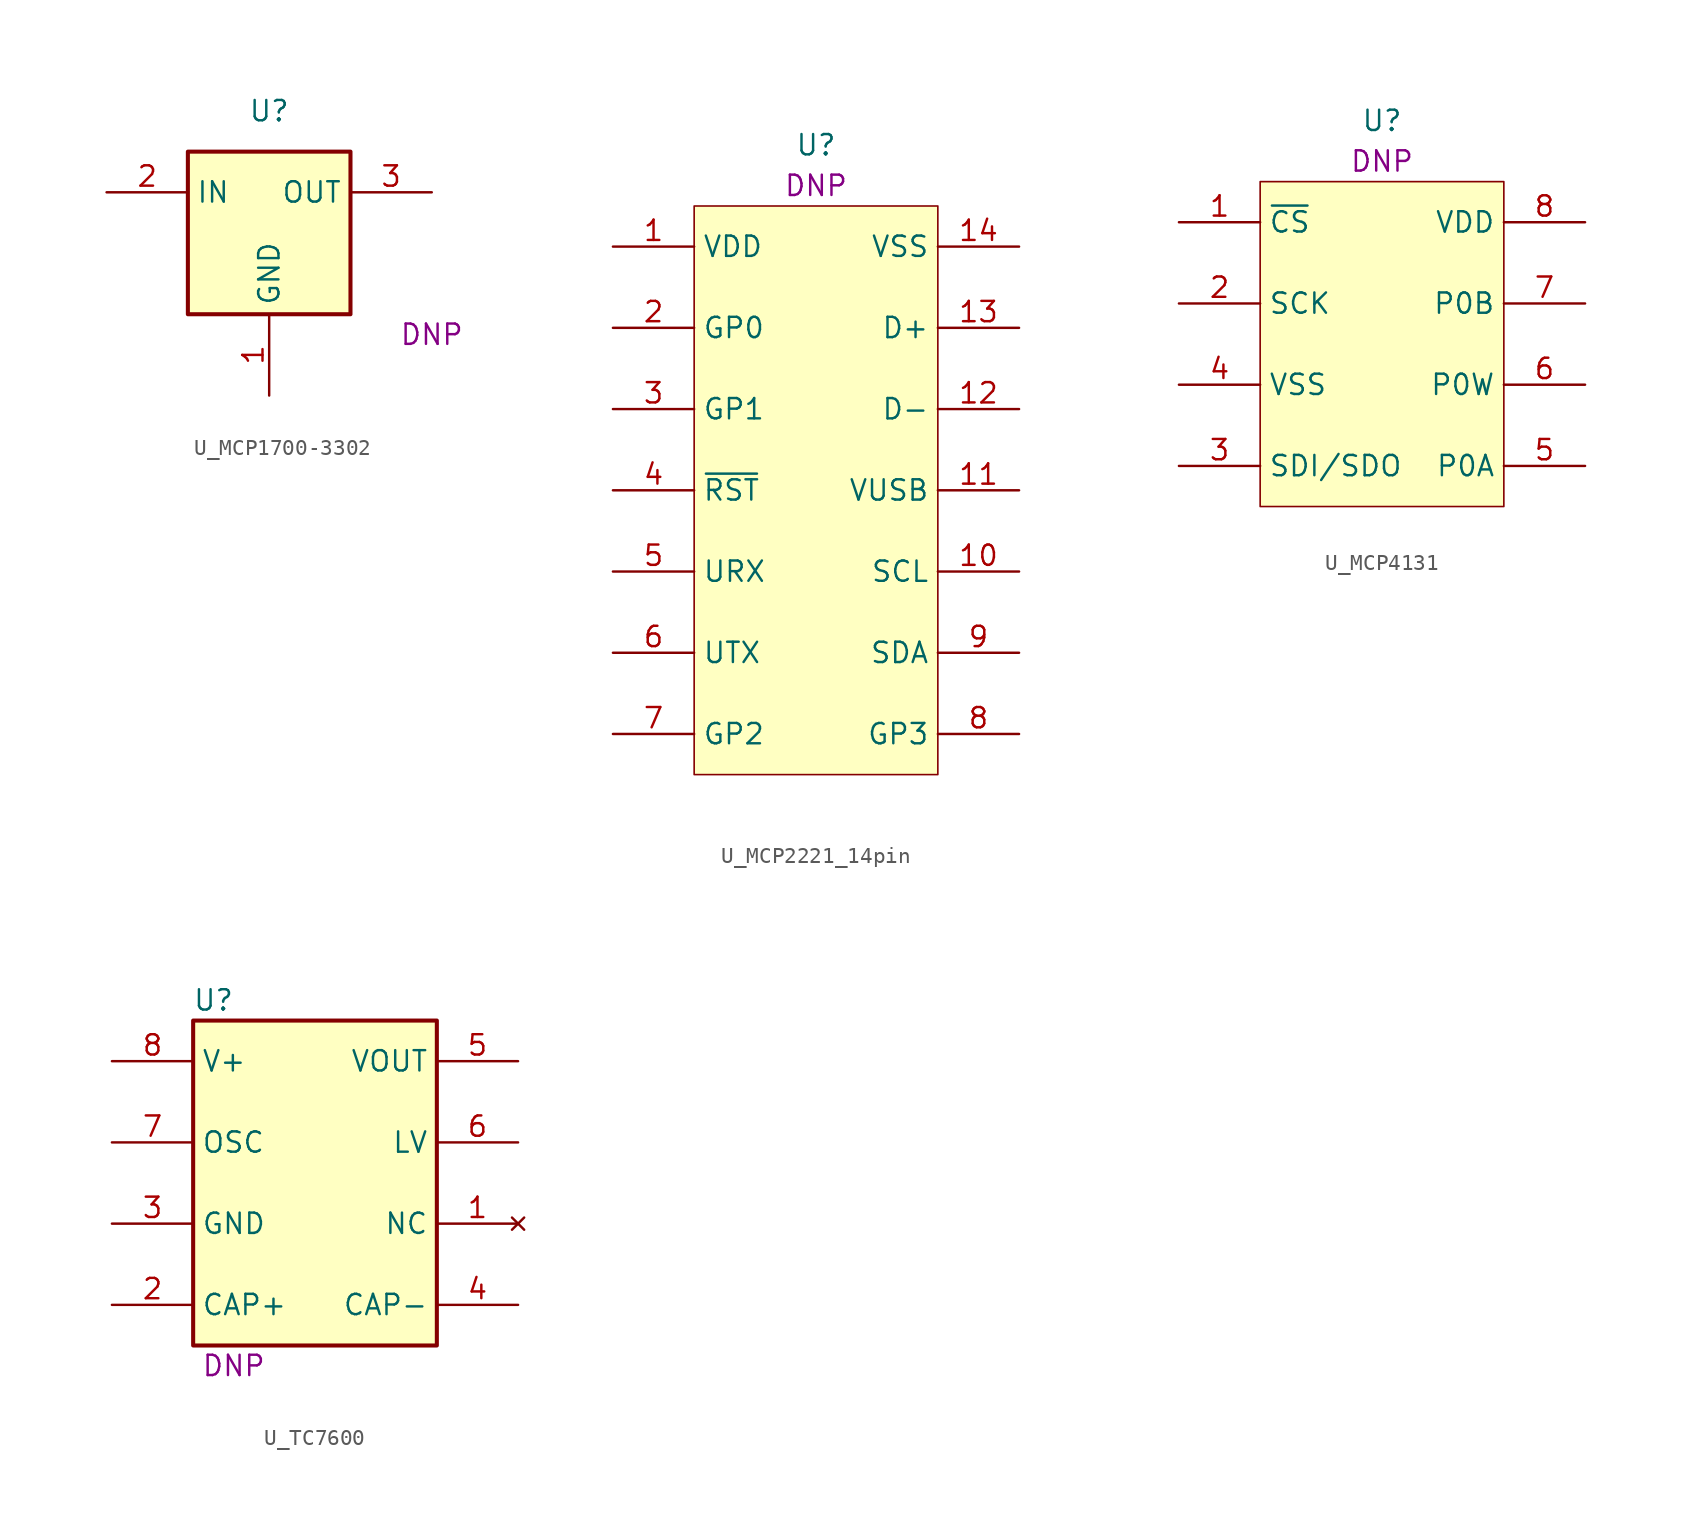
<source format=kicad_sym>
(kicad_symbol_lib
  (version 20211014)
  (generator kicad_symbol_editor)
  (symbol "U_MCP1700-3302"
    (property "Reference" "U"
      (at 0 7.62 0)
      (effects (font (size 1.27 1.27))))
    (property "MPN" "DNP"
      (at 10.16 -6.35 0)
      (effects (font (size 1.27 1.27))))
    (symbol "U_MCP1700-3302_1_1"
      (rectangle (start -5.08 5.08) (end 5.08 -5.08) (stroke (width 0.254) (type default) (color 0 0 0 0)) (fill (type background)))
      (pin unspecified line (at 0 -10.16 90) (length 5.08) (name "GND" (effects (font (size 1.27 1.27)))) (number "1" (effects (font (size 1.27 1.27)))))
      (pin power_in line (at -10.16 2.54 0) (length 5.08) (name "IN" (effects (font (size 1.27 1.27)))) (number "2" (effects (font (size 1.27 1.27)))))
      (pin power_out line (at 10.16 2.54 180) (length 5.08) (name "OUT" (effects (font (size 1.27 1.27)))) (number "3" (effects (font (size 1.27 1.27)))))))
  (symbol "U_MCP2221_14pin"
    (property "Reference" "U"
      (at 0 21.59 0)
      (effects (font (size 1.27 1.27))))
    (property "MPN" "DNP"
      (at 0 19.05 0)
      (effects (font (size 1.27 1.27))))
    (symbol "U_MCP2221_14pin_0_1"
      (rectangle (start -7.62 17.78) (end 7.62 -17.78) (stroke (width 0.102) (type default) (color 0 0 0 0)) (fill (type background))))
    (symbol "U_MCP2221_14pin_1_1"
      (pin power_in line (at -12.7 15.24 0) (length 5.08) (name "VDD" (effects (font (size 1.27 1.27)))) (number "1" (effects (font (size 1.27 1.27)))))
      (pin bidirectional line (at 12.7 -5.08 180) (length 5.08) (name "SCL" (effects (font (size 1.27 1.27)))) (number "10" (effects (font (size 1.27 1.27)))))
      (pin power_in line (at 12.7 0 180) (length 5.08) (name "VUSB" (effects (font (size 1.27 1.27)))) (number "11" (effects (font (size 1.27 1.27)))))
      (pin input line (at 12.7 5.08 180) (length 5.08) (name "D-" (effects (font (size 1.27 1.27)))) (number "12" (effects (font (size 1.27 1.27)))))
      (pin input line (at 12.7 10.16 180) (length 5.08) (name "D+" (effects (font (size 1.27 1.27)))) (number "13" (effects (font (size 1.27 1.27)))))
      (pin power_in line (at 12.7 15.24 180) (length 5.08) (name "VSS" (effects (font (size 1.27 1.27)))) (number "14" (effects (font (size 1.27 1.27)))))
      (pin bidirectional line (at -12.7 10.16 0) (length 5.08) (name "GP0" (effects (font (size 1.27 1.27)))) (number "2" (effects (font (size 1.27 1.27)))))
      (pin bidirectional line (at -12.7 5.08 0) (length 5.08) (name "GP1" (effects (font (size 1.27 1.27)))) (number "3" (effects (font (size 1.27 1.27)))))
      (pin input line (at -12.7 0 0) (length 5.08) (name "~{RST}" (effects (font (size 1.27 1.27)))) (number "4" (effects (font (size 1.27 1.27)))))
      (pin input line (at -12.7 -5.08 0) (length 5.08) (name "URX" (effects (font (size 1.27 1.27)))) (number "5" (effects (font (size 1.27 1.27)))))
      (pin output line (at -12.7 -10.16 0) (length 5.08) (name "UTX" (effects (font (size 1.27 1.27)))) (number "6" (effects (font (size 1.27 1.27)))))
      (pin bidirectional line (at -12.7 -15.24 0) (length 5.08) (name "GP2" (effects (font (size 1.27 1.27)))) (number "7" (effects (font (size 1.27 1.27)))))
      (pin bidirectional line (at 12.7 -15.24 180) (length 5.08) (name "GP3" (effects (font (size 1.27 1.27)))) (number "8" (effects (font (size 1.27 1.27)))))
      (pin bidirectional line (at 12.7 -10.16 180) (length 5.08) (name "SDA" (effects (font (size 1.27 1.27)))) (number "9" (effects (font (size 1.27 1.27)))))))
  (symbol "U_MCP4131"
    (property "Reference" "U"
      (at 0 13.97 0)
      (effects (font (size 1.27 1.27))))
    (property "MPN" "DNP"
      (at 0 11.43 0)
      (effects (font (size 1.27 1.27))))
    (symbol "U_MCP4131_0_1"
      (rectangle (start -7.62 10.16) (end 7.62 -10.16) (stroke (width 0.102) (type default) (color 0 0 0 0)) (fill (type background))))
    (symbol "U_MCP4131_1_1"
      (pin input line (at -12.7 7.62 0) (length 5.08) (name "~{CS}" (effects (font (size 1.27 1.27)))) (number "1" (effects (font (size 1.27 1.27)))))
      (pin input line (at -12.7 2.54 0) (length 5.08) (name "SCK" (effects (font (size 1.27 1.27)))) (number "2" (effects (font (size 1.27 1.27)))))
      (pin bidirectional line (at -12.7 -7.62 0) (length 5.08) (name "SDI/SDO" (effects (font (size 1.27 1.27)))) (number "3" (effects (font (size 1.27 1.27)))))
      (pin power_in line (at -12.7 -2.54 0) (length 5.08) (name "VSS" (effects (font (size 1.27 1.27)))) (number "4" (effects (font (size 1.27 1.27)))))
      (pin bidirectional line (at 12.7 -7.62 180) (length 5.08) (name "P0A" (effects (font (size 1.27 1.27)))) (number "5" (effects (font (size 1.27 1.27)))))
      (pin bidirectional line (at 12.7 -2.54 180) (length 5.08) (name "P0W" (effects (font (size 1.27 1.27)))) (number "6" (effects (font (size 1.27 1.27)))))
      (pin bidirectional line (at 12.7 2.54 180) (length 5.08) (name "P0B" (effects (font (size 1.27 1.27)))) (number "7" (effects (font (size 1.27 1.27)))))
      (pin power_in line (at 12.7 7.62 180) (length 5.08) (name "VDD" (effects (font (size 1.27 1.27)))) (number "8" (effects (font (size 1.27 1.27)))))))
  (symbol "U_TC7600"
    (property "Reference" "U"
      (at -6.35 11.43 0)
      (effects (font (size 1.27 1.27))))
    (property "MPN" "DNP"
      (at -5.08 -11.43 0)
      (effects (font (size 1.27 1.27))))
    (symbol "U_TC7600_0_1"
      (rectangle (start -7.62 10.16) (end 7.62 -10.16) (stroke (width 0.254) (type default) (color 0 0 0 0)) (fill (type background))))
    (symbol "U_TC7600_1_1"
      (pin no_connect line (at 12.7 -2.54 180) (length 5.08) (name "NC" (effects (font (size 1.27 1.27)))) (number "1" (effects (font (size 1.27 1.27)))))
      (pin unspecified line (at -12.7 -7.62 0) (length 5.08) (name "CAP+" (effects (font (size 1.27 1.27)))) (number "2" (effects (font (size 1.27 1.27)))))
      (pin power_in line (at -12.7 -2.54 0) (length 5.08) (name "GND" (effects (font (size 1.27 1.27)))) (number "3" (effects (font (size 1.27 1.27)))))
      (pin unspecified line (at 12.7 -7.62 180) (length 5.08) (name "CAP-" (effects (font (size 1.27 1.27)))) (number "4" (effects (font (size 1.27 1.27)))))
      (pin power_out line (at 12.7 7.62 180) (length 5.08) (name "VOUT" (effects (font (size 1.27 1.27)))) (number "5" (effects (font (size 1.27 1.27)))))
      (pin unspecified line (at 12.7 2.54 180) (length 5.08) (name "LV" (effects (font (size 1.27 1.27)))) (number "6" (effects (font (size 1.27 1.27)))))
      (pin unspecified line (at -12.7 2.54 0) (length 5.08) (name "OSC" (effects (font (size 1.27 1.27)))) (number "7" (effects (font (size 1.27 1.27)))))
      (pin power_in line (at -12.7 7.62 0) (length 5.08) (name "V+" (effects (font (size 1.27 1.27)))) (number "8" (effects (font (size 1.27 1.27))))))))
</source>
